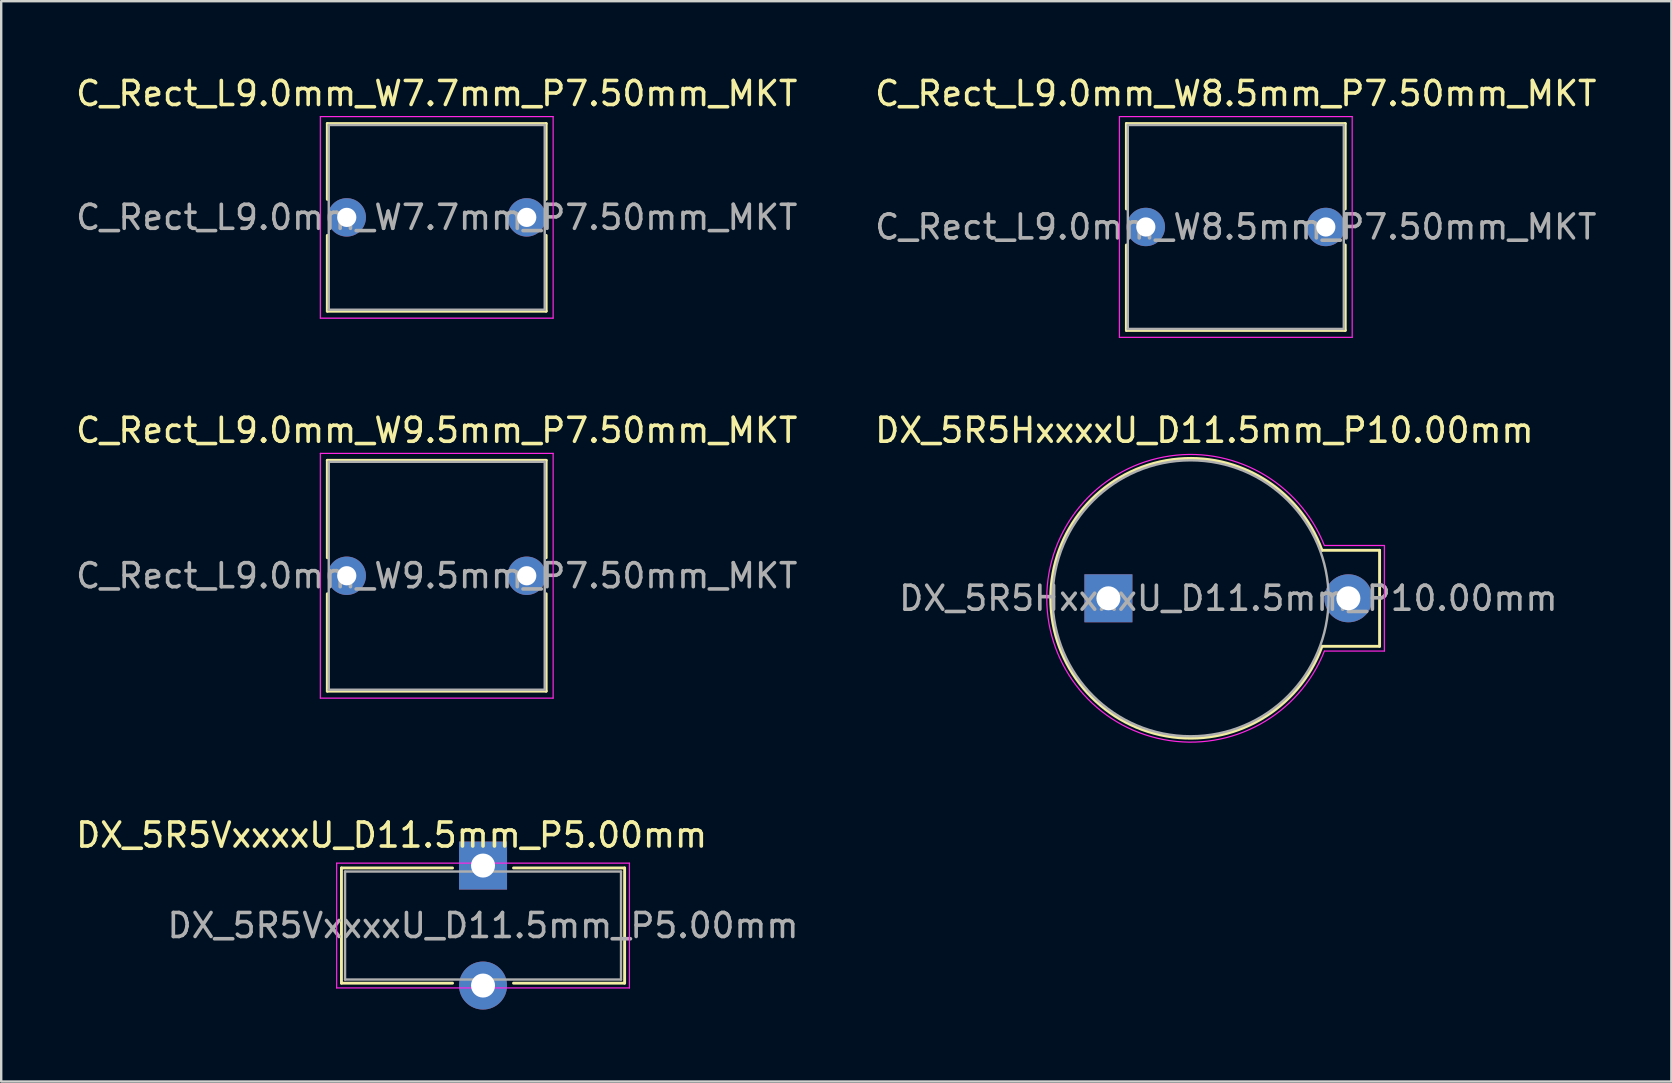
<source format=kicad_pcb>
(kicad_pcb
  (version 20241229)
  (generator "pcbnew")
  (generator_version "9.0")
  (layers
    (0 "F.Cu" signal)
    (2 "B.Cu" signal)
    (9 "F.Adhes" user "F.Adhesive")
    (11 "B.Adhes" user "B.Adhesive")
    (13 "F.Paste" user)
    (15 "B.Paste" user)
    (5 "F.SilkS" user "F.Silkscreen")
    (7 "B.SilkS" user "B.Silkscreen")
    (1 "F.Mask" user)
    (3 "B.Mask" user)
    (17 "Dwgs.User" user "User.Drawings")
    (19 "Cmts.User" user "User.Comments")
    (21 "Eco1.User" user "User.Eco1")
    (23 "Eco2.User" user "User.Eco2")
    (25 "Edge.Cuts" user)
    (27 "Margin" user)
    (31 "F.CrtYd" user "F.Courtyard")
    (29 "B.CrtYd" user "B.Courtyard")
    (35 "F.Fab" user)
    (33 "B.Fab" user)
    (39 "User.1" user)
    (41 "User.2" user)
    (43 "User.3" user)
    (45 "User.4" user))
  (footprint "C_Rect_L9.0mm_W8.5mm_P7.50mm_MKT"
    (layer "F.Cu")
    (at 44.696 6.408)
    (property "Reference" "C_Rect_L9.0mm_W8.5mm_P7.50mm_MKT" (at 3.75 -5.56 0) (layer "F.SilkS") (effects (font (size 1 1) (thickness 0.15))))
    (attr through_hole)
    (fp_line (start -0.81 -4.31) (end -0.81 -0.75) (stroke (width 0.12) (type solid)) (layer "F.SilkS"))
    (fp_line (start -0.81 -4.31) (end 8.31 -4.31) (stroke (width 0.12) (type solid)) (layer "F.SilkS"))
    (fp_line (start -0.81 0.75) (end -0.81 4.31) (stroke (width 0.12) (type solid)) (layer "F.SilkS"))
    (fp_line (start -0.81 4.31) (end 8.31 4.31) (stroke (width 0.12) (type solid)) (layer "F.SilkS"))
    (fp_line (start 8.31 -4.31) (end 8.31 -0.75) (stroke (width 0.12) (type solid)) (layer "F.SilkS"))
    (fp_line (start 8.31 0.75) (end 8.31 4.31) (stroke (width 0.12) (type solid)) (layer "F.SilkS"))
    (fp_line (start -1.1 -4.6) (end -1.1 4.6) (stroke (width 0.05) (type solid)) (layer "F.CrtYd"))
    (fp_line (start -1.1 4.6) (end 8.6 4.6) (stroke (width 0.05) (type solid)) (layer "F.CrtYd"))
    (fp_line (start 8.6 -4.6) (end -1.1 -4.6) (stroke (width 0.05) (type solid)) (layer "F.CrtYd"))
    (fp_line (start 8.6 4.6) (end 8.6 -4.6) (stroke (width 0.05) (type solid)) (layer "F.CrtYd"))
    (fp_line (start -0.75 -4.25) (end -0.75 4.25) (stroke (width 0.1) (type solid)) (layer "F.Fab"))
    (fp_line (start -0.75 4.25) (end 8.25 4.25) (stroke (width 0.1) (type solid)) (layer "F.Fab"))
    (fp_line (start 8.25 -4.25) (end -0.75 -4.25) (stroke (width 0.1) (type solid)) (layer "F.Fab"))
    (fp_line (start 8.25 4.25) (end 8.25 -4.25) (stroke (width 0.1) (type solid)) (layer "F.Fab"))
    (fp_text user "${REFERENCE}" (at 3.75 0 0) (layer "F.Fab") (effects (font (size 1 1) (thickness 0.15))))
    (pad "1" thru_hole circle (at 0 0) (size 1.6 1.6) (drill 0.8) (layers "*.Cu" "*.Mask"))
    (pad "2" thru_hole circle (at 7.5 0) (size 1.6 1.6) (drill 0.8) (layers "*.Cu" "*.Mask")))
  (footprint "C_Rect_L9.0mm_W7.7mm_P7.50mm_MKT"
    (layer "F.Cu")
    (at 11.399 6.008)
    (property "Reference" "C_Rect_L9.0mm_W7.7mm_P7.50mm_MKT" (at 3.75 -5.16 0) (layer "F.SilkS") (effects (font (size 1 1) (thickness 0.15))))
    (attr through_hole)
    (fp_line (start -0.81 -3.91) (end -0.81 -0.75) (stroke (width 0.12) (type solid)) (layer "F.SilkS"))
    (fp_line (start -0.81 -3.91) (end 8.31 -3.91) (stroke (width 0.12) (type solid)) (layer "F.SilkS"))
    (fp_line (start -0.81 0.75) (end -0.81 3.91) (stroke (width 0.12) (type solid)) (layer "F.SilkS"))
    (fp_line (start -0.81 3.91) (end 8.31 3.91) (stroke (width 0.12) (type solid)) (layer "F.SilkS"))
    (fp_line (start 8.31 -3.91) (end 8.31 -0.75) (stroke (width 0.12) (type solid)) (layer "F.SilkS"))
    (fp_line (start 8.31 0.75) (end 8.31 3.91) (stroke (width 0.12) (type solid)) (layer "F.SilkS"))
    (fp_line (start -1.1 -4.2) (end -1.1 4.2) (stroke (width 0.05) (type solid)) (layer "F.CrtYd"))
    (fp_line (start -1.1 4.2) (end 8.6 4.2) (stroke (width 0.05) (type solid)) (layer "F.CrtYd"))
    (fp_line (start 8.6 -4.2) (end -1.1 -4.2) (stroke (width 0.05) (type solid)) (layer "F.CrtYd"))
    (fp_line (start 8.6 4.2) (end 8.6 -4.2) (stroke (width 0.05) (type solid)) (layer "F.CrtYd"))
    (fp_line (start -0.75 -3.85) (end -0.75 3.85) (stroke (width 0.1) (type solid)) (layer "F.Fab"))
    (fp_line (start -0.75 3.85) (end 8.25 3.85) (stroke (width 0.1) (type solid)) (layer "F.Fab"))
    (fp_line (start 8.25 -3.85) (end -0.75 -3.85) (stroke (width 0.1) (type solid)) (layer "F.Fab"))
    (fp_line (start 8.25 3.85) (end 8.25 -3.85) (stroke (width 0.1) (type solid)) (layer "F.Fab"))
    (fp_text user "${REFERENCE}" (at 3.75 0 0) (layer "F.Fab") (effects (font (size 1 1) (thickness 0.15))))
    (pad "1" thru_hole circle (at 0 0) (size 1.6 1.6) (drill 0.8) (layers "*.Cu" "*.Mask"))
    (pad "2" thru_hole circle (at 7.5 0) (size 1.6 1.6) (drill 0.8) (layers "*.Cu" "*.Mask")))
  (footprint "DX_5R5HxxxxU_D11.5mm_P10.00mm"
    (layer "F.Cu")
    (at 43.137 21.881)
    (property "Reference" "DX_5R5HxxxxU_D11.5mm_P10.00mm" (at 4 -7 0) (layer "F.SilkS") (effects (font (size 1 1) (thickness 0.15))))
    (attr through_hole)
    (fp_line (start 8.9 -2) (end 11.3 -2) (stroke (width 0.12) (type solid)) (layer "F.SilkS"))
    (fp_line (start 11.3 -2) (end 11.3 2) (stroke (width 0.12) (type solid)) (layer "F.SilkS"))
    (fp_line (start 11.3 2) (end 8.9 2) (stroke (width 0.12) (type solid)) (layer "F.SilkS"))
    (fp_arc (start 8.9 2) (mid -2.403861 0) (end 8.9 -2) (stroke (width 0.12) (type solid)) (layer "F.SilkS"))
    (fp_line (start 9 -2.2) (end 11.5 -2.2) (stroke (width 0.05) (type solid)) (layer "F.CrtYd"))
    (fp_line (start 11.5 -2.2) (end 11.5 2.2) (stroke (width 0.05) (type solid)) (layer "F.CrtYd"))
    (fp_line (start 11.5 2.2) (end 9 2.2) (stroke (width 0.05) (type solid)) (layer "F.CrtYd"))
    (fp_arc (start 9 2.2) (mid -2.568382 0) (end 9 -2.2) (stroke (width 0.05) (type solid)) (layer "F.CrtYd"))
    (fp_circle (center 3.425 0) (end 9.175 0) (stroke (width 0.1) (type solid)) (fill no) (layer "F.Fab"))
    (fp_text user "${REFERENCE}" (at 5 0 0) (layer "F.Fab") (effects (font (size 1 1) (thickness 0.15))))
    (pad "1" thru_hole rect (at 0 0) (size 2 2) (drill 1) (layers "*.Cu" "*.Mask"))
    (pad "2" thru_hole circle (at 10 0) (size 2 2) (drill 1) (layers "*.Cu" "*.Mask")))
  (footprint "C_Rect_L9.0mm_W9.5mm_P7.50mm_MKT"
    (layer "F.Cu")
    (at 11.399 20.942)
    (property "Reference" "C_Rect_L9.0mm_W9.5mm_P7.50mm_MKT" (at 3.75 -6.06 0) (layer "F.SilkS") (effects (font (size 1 1) (thickness 0.15))))
    (attr through_hole)
    (fp_line (start -0.81 -4.81) (end -0.81 -0.75) (stroke (width 0.12) (type solid)) (layer "F.SilkS"))
    (fp_line (start -0.81 -4.81) (end 8.31 -4.81) (stroke (width 0.12) (type solid)) (layer "F.SilkS"))
    (fp_line (start -0.81 0.75) (end -0.81 4.81) (stroke (width 0.12) (type solid)) (layer "F.SilkS"))
    (fp_line (start -0.81 4.81) (end 8.31 4.81) (stroke (width 0.12) (type solid)) (layer "F.SilkS"))
    (fp_line (start 8.31 -4.81) (end 8.31 -0.75) (stroke (width 0.12) (type solid)) (layer "F.SilkS"))
    (fp_line (start 8.31 0.75) (end 8.31 4.81) (stroke (width 0.12) (type solid)) (layer "F.SilkS"))
    (fp_line (start -1.1 -5.1) (end -1.1 5.1) (stroke (width 0.05) (type solid)) (layer "F.CrtYd"))
    (fp_line (start -1.1 5.1) (end 8.6 5.1) (stroke (width 0.05) (type solid)) (layer "F.CrtYd"))
    (fp_line (start 8.6 -5.1) (end -1.1 -5.1) (stroke (width 0.05) (type solid)) (layer "F.CrtYd"))
    (fp_line (start 8.6 5.1) (end 8.6 -5.1) (stroke (width 0.05) (type solid)) (layer "F.CrtYd"))
    (fp_line (start -0.75 -4.75) (end -0.75 4.75) (stroke (width 0.1) (type solid)) (layer "F.Fab"))
    (fp_line (start -0.75 4.75) (end 8.25 4.75) (stroke (width 0.1) (type solid)) (layer "F.Fab"))
    (fp_line (start 8.25 -4.75) (end -0.75 -4.75) (stroke (width 0.1) (type solid)) (layer "F.Fab"))
    (fp_line (start 8.25 4.75) (end 8.25 -4.75) (stroke (width 0.1) (type solid)) (layer "F.Fab"))
    (fp_text user "${REFERENCE}" (at 3.75 0 0) (layer "F.Fab") (effects (font (size 1 1) (thickness 0.15))))
    (pad "1" thru_hole circle (at 0 0) (size 1.6 1.6) (drill 0.8) (layers "*.Cu" "*.Mask"))
    (pad "2" thru_hole circle (at 7.5 0) (size 1.6 1.6) (drill 0.8) (layers "*.Cu" "*.Mask")))
  (footprint "DX_5R5VxxxxU_D11.5mm_P5.00mm"
    (layer "F.Cu")
    (at 17.078 33.018)
    (property "Reference" "DX_5R5VxxxxU_D11.5mm_P5.00mm" (at -3.81 -1.27 0) (layer "F.SilkS") (effects (font (size 1 1) (thickness 0.15))))
    (attr through_hole)
    (fp_line (start -5.9 0.1) (end -5.9 4.9) (stroke (width 0.12) (type solid)) (layer "F.SilkS"))
    (fp_line (start -5.9 0.1) (end -1.27 0.1) (stroke (width 0.12) (type solid)) (layer "F.SilkS"))
    (fp_line (start -1.27 4.9) (end -5.9 4.9) (stroke (width 0.12) (type solid)) (layer "F.SilkS"))
    (fp_line (start 1.27 0.1) (end 5.9 0.1) (stroke (width 0.12) (type solid)) (layer "F.SilkS"))
    (fp_line (start 5.9 0.1) (end 5.9 4.9) (stroke (width 0.12) (type solid)) (layer "F.SilkS"))
    (fp_line (start 5.9 4.9) (end 1.27 4.9) (stroke (width 0.12) (type solid)) (layer "F.SilkS"))
    (fp_line (start -6.1 -0.1) (end -6.1 5.1) (stroke (width 0.05) (type solid)) (layer "F.CrtYd"))
    (fp_line (start -6.1 -0.1) (end 6.1 -0.1) (stroke (width 0.05) (type solid)) (layer "F.CrtYd"))
    (fp_line (start 6.1 -0.1) (end 6.1 5.1) (stroke (width 0.05) (type solid)) (layer "F.CrtYd"))
    (fp_line (start 6.1 5.1) (end -6.1 5.1) (stroke (width 0.05) (type solid)) (layer "F.CrtYd"))
    (fp_line (start -5.75 0.25) (end -5.75 4.75) (stroke (width 0.1) (type solid)) (layer "F.Fab"))
    (fp_line (start -5.75 0.25) (end 5.75 0.25) (stroke (width 0.1) (type solid)) (layer "F.Fab"))
    (fp_line (start -5.75 4.75) (end 5.75 4.75) (stroke (width 0.1) (type solid)) (layer "F.Fab"))
    (fp_line (start 5.75 0.25) (end 5.75 4.75) (stroke (width 0.1) (type solid)) (layer "F.Fab"))
    (fp_text user "${REFERENCE}" (at 0 2.5 0) (layer "F.Fab") (effects (font (size 1 1) (thickness 0.15))))
    (pad "1" thru_hole rect (at 0 0) (size 2 2) (drill 1) (layers "*.Cu" "*.Mask"))
    (pad "2" thru_hole circle (at 0 5) (size 2 2) (drill 1) (layers "*.Cu" "*.Mask")))
  (gr_rect
    (start -3 -3)
    (end 66.595 42.018)
    (stroke (width 0.1) (type default))
    (fill no)
    (layer "Edge.Cuts")))
</source>
